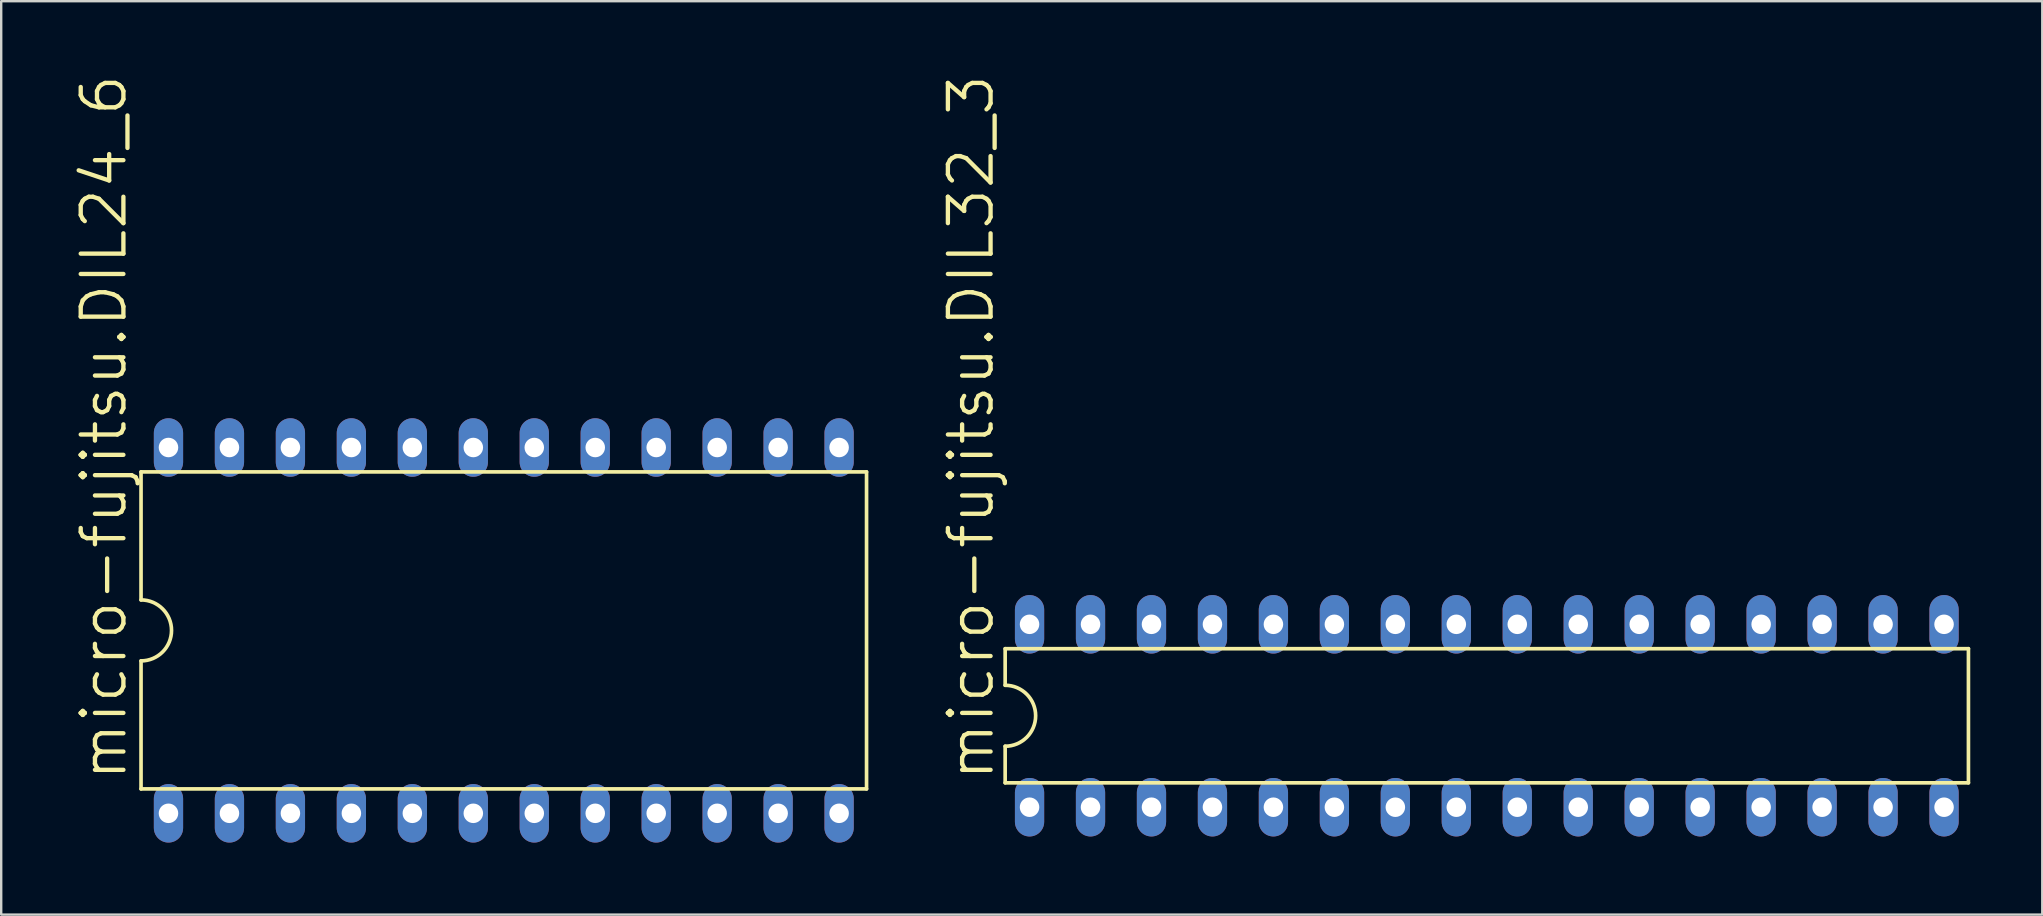
<source format=kicad_pcb>
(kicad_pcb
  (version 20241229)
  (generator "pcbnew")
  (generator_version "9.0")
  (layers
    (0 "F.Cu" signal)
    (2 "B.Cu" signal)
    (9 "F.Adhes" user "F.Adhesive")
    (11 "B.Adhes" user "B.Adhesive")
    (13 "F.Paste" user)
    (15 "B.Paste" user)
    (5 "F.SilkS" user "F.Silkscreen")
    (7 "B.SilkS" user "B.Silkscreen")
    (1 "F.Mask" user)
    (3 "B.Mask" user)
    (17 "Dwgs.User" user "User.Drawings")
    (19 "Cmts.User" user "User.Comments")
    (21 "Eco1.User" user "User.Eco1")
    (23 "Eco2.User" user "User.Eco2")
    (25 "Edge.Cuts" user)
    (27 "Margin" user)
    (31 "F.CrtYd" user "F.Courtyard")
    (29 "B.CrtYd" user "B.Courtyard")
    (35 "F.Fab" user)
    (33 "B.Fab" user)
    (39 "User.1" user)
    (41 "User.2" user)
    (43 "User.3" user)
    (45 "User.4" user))
  (footprint "micro-fujitsu.DIL32_3"
    (layer "F.Cu")
    (at 58.893 26.77)
    (property "Reference" "micro-fujitsu.DIL32_3" (at -20.447 2.794 90) (layer "F.SilkS") (effects (font (size 1.778 1.778) (thickness 0.18)) (justify left bottom)))
    (attr through_hole)
    (fp_line (start -20.066 -2.794) (end -20.066 -1.27) (stroke (width 0.152) (type default)) (layer "F.SilkS"))
    (fp_line (start -20.066 -2.794) (end 20.066 -2.794) (stroke (width 0.152) (type default)) (layer "F.SilkS"))
    (fp_line (start -20.066 1.27) (end -20.066 2.794) (stroke (width 0.152) (type default)) (layer "F.SilkS"))
    (fp_line (start -20.066 2.794) (end 20.066 2.794) (stroke (width 0.152) (type default)) (layer "F.SilkS"))
    (fp_line (start 20.066 2.794) (end 20.066 -2.794) (stroke (width 0.152) (type default)) (layer "F.SilkS"))
    (fp_arc (start -20.066 -1.27) (mid -18.796 0) (end -20.066 1.27) (stroke (width 0.1524) (type default)) (layer "F.SilkS"))
    (pad "1" thru_hole oval (at -19.05 3.81 90) (size 2.438 1.219) (drill 0.813) (layers "*.Cu" "*.Mask"))
    (pad "2" thru_hole oval (at -16.51 3.81 90) (size 2.438 1.219) (drill 0.813) (layers "*.Cu" "*.Mask"))
    (pad "3" thru_hole oval (at -13.97 3.81 90) (size 2.438 1.219) (drill 0.813) (layers "*.Cu" "*.Mask"))
    (pad "4" thru_hole oval (at -11.43 3.81 90) (size 2.438 1.219) (drill 0.813) (layers "*.Cu" "*.Mask"))
    (pad "5" thru_hole oval (at -8.89 3.81 90) (size 2.438 1.219) (drill 0.813) (layers "*.Cu" "*.Mask"))
    (pad "6" thru_hole oval (at -6.35 3.81 90) (size 2.438 1.219) (drill 0.813) (layers "*.Cu" "*.Mask"))
    (pad "7" thru_hole oval (at -3.81 3.81 90) (size 2.438 1.219) (drill 0.813) (layers "*.Cu" "*.Mask"))
    (pad "8" thru_hole oval (at -1.27 3.81 90) (size 2.438 1.219) (drill 0.813) (layers "*.Cu" "*.Mask"))
    (pad "9" thru_hole oval (at 1.27 3.81 90) (size 2.438 1.219) (drill 0.813) (layers "*.Cu" "*.Mask"))
    (pad "10" thru_hole oval (at 3.81 3.81 90) (size 2.438 1.219) (drill 0.813) (layers "*.Cu" "*.Mask"))
    (pad "11" thru_hole oval (at 6.35 3.81 90) (size 2.438 1.219) (drill 0.813) (layers "*.Cu" "*.Mask"))
    (pad "12" thru_hole oval (at 8.89 3.81 90) (size 2.438 1.219) (drill 0.813) (layers "*.Cu" "*.Mask"))
    (pad "13" thru_hole oval (at 11.43 3.81 90) (size 2.438 1.219) (drill 0.813) (layers "*.Cu" "*.Mask"))
    (pad "14" thru_hole oval (at 13.97 3.81 90) (size 2.438 1.219) (drill 0.813) (layers "*.Cu" "*.Mask"))
    (pad "15" thru_hole oval (at 16.51 3.81 90) (size 2.438 1.219) (drill 0.813) (layers "*.Cu" "*.Mask"))
    (pad "16" thru_hole oval (at 19.05 3.81 90) (size 2.438 1.219) (drill 0.813) (layers "*.Cu" "*.Mask"))
    (pad "17" thru_hole oval (at 19.05 -3.81 90) (size 2.438 1.219) (drill 0.813) (layers "*.Cu" "*.Mask"))
    (pad "18" thru_hole oval (at 16.51 -3.81 90) (size 2.438 1.219) (drill 0.813) (layers "*.Cu" "*.Mask"))
    (pad "19" thru_hole oval (at 13.97 -3.81 90) (size 2.438 1.219) (drill 0.813) (layers "*.Cu" "*.Mask"))
    (pad "20" thru_hole oval (at 11.43 -3.81 90) (size 2.438 1.219) (drill 0.813) (layers "*.Cu" "*.Mask"))
    (pad "21" thru_hole oval (at 8.89 -3.81 90) (size 2.438 1.219) (drill 0.813) (layers "*.Cu" "*.Mask"))
    (pad "22" thru_hole oval (at 6.35 -3.81 90) (size 2.438 1.219) (drill 0.813) (layers "*.Cu" "*.Mask"))
    (pad "23" thru_hole oval (at 3.81 -3.81 90) (size 2.438 1.219) (drill 0.813) (layers "*.Cu" "*.Mask"))
    (pad "24" thru_hole oval (at 1.27 -3.81 90) (size 2.438 1.219) (drill 0.813) (layers "*.Cu" "*.Mask"))
    (pad "25" thru_hole oval (at -1.27 -3.81 90) (size 2.438 1.219) (drill 0.813) (layers "*.Cu" "*.Mask"))
    (pad "26" thru_hole oval (at -3.81 -3.81 90) (size 2.438 1.219) (drill 0.813) (layers "*.Cu" "*.Mask"))
    (pad "27" thru_hole oval (at -6.35 -3.81 90) (size 2.438 1.219) (drill 0.813) (layers "*.Cu" "*.Mask"))
    (pad "28" thru_hole oval (at -8.89 -3.81 90) (size 2.438 1.219) (drill 0.813) (layers "*.Cu" "*.Mask"))
    (pad "29" thru_hole oval (at -11.43 -3.81 90) (size 2.438 1.219) (drill 0.813) (layers "*.Cu" "*.Mask"))
    (pad "30" thru_hole oval (at -13.97 -3.81 90) (size 2.438 1.219) (drill 0.813) (layers "*.Cu" "*.Mask"))
    (pad "31" thru_hole oval (at -16.51 -3.81 90) (size 2.438 1.219) (drill 0.813) (layers "*.Cu" "*.Mask"))
    (pad "32" thru_hole oval (at -19.05 -3.81 90) (size 2.438 1.219) (drill 0.813) (layers "*.Cu" "*.Mask")))
  (footprint "micro-fujitsu.DIL24_6"
    (layer "F.Cu")
    (at 17.939 23.214)
    (property "Reference" "micro-fujitsu.DIL24_6" (at -15.621 6.35 90) (layer "F.SilkS") (effects (font (size 1.778 1.778) (thickness 0.18)) (justify left bottom)))
    (attr through_hole)
    (fp_line (start -15.113 -6.604) (end -15.113 -1.27) (stroke (width 0.152) (type default)) (layer "F.SilkS"))
    (fp_line (start -15.113 -6.604) (end 15.113 -6.604) (stroke (width 0.152) (type default)) (layer "F.SilkS"))
    (fp_line (start -15.113 1.27) (end -15.113 6.604) (stroke (width 0.152) (type default)) (layer "F.SilkS"))
    (fp_line (start -15.113 6.604) (end 15.113 6.604) (stroke (width 0.152) (type default)) (layer "F.SilkS"))
    (fp_line (start 15.113 6.604) (end 15.113 -6.604) (stroke (width 0.152) (type default)) (layer "F.SilkS"))
    (fp_arc (start -15.113 -1.27) (mid -13.843 0) (end -15.113 1.27) (stroke (width 0.1524) (type default)) (layer "F.SilkS"))
    (pad "1" thru_hole oval (at -13.97 7.62 90) (size 2.438 1.219) (drill 0.813) (layers "*.Cu" "*.Mask"))
    (pad "2" thru_hole oval (at -11.43 7.62 90) (size 2.438 1.219) (drill 0.813) (layers "*.Cu" "*.Mask"))
    (pad "3" thru_hole oval (at -8.89 7.62 90) (size 2.438 1.219) (drill 0.813) (layers "*.Cu" "*.Mask"))
    (pad "4" thru_hole oval (at -6.35 7.62 90) (size 2.438 1.219) (drill 0.813) (layers "*.Cu" "*.Mask"))
    (pad "5" thru_hole oval (at -3.81 7.62 90) (size 2.438 1.219) (drill 0.813) (layers "*.Cu" "*.Mask"))
    (pad "6" thru_hole oval (at -1.27 7.62 90) (size 2.438 1.219) (drill 0.813) (layers "*.Cu" "*.Mask"))
    (pad "7" thru_hole oval (at 1.27 7.62 90) (size 2.438 1.219) (drill 0.813) (layers "*.Cu" "*.Mask"))
    (pad "8" thru_hole oval (at 3.81 7.62 90) (size 2.438 1.219) (drill 0.813) (layers "*.Cu" "*.Mask"))
    (pad "9" thru_hole oval (at 6.35 7.62 90) (size 2.438 1.219) (drill 0.813) (layers "*.Cu" "*.Mask"))
    (pad "10" thru_hole oval (at 8.89 7.62 90) (size 2.438 1.219) (drill 0.813) (layers "*.Cu" "*.Mask"))
    (pad "11" thru_hole oval (at 11.43 7.62 90) (size 2.438 1.219) (drill 0.813) (layers "*.Cu" "*.Mask"))
    (pad "12" thru_hole oval (at 13.97 7.62 90) (size 2.438 1.219) (drill 0.813) (layers "*.Cu" "*.Mask"))
    (pad "13" thru_hole oval (at 13.97 -7.62 90) (size 2.438 1.219) (drill 0.813) (layers "*.Cu" "*.Mask"))
    (pad "14" thru_hole oval (at 11.43 -7.62 90) (size 2.438 1.219) (drill 0.813) (layers "*.Cu" "*.Mask"))
    (pad "15" thru_hole oval (at 8.89 -7.62 90) (size 2.438 1.219) (drill 0.813) (layers "*.Cu" "*.Mask"))
    (pad "16" thru_hole oval (at 6.35 -7.62 90) (size 2.438 1.219) (drill 0.813) (layers "*.Cu" "*.Mask"))
    (pad "17" thru_hole oval (at 3.81 -7.62 90) (size 2.438 1.219) (drill 0.813) (layers "*.Cu" "*.Mask"))
    (pad "18" thru_hole oval (at 1.27 -7.62 90) (size 2.438 1.219) (drill 0.813) (layers "*.Cu" "*.Mask"))
    (pad "19" thru_hole oval (at -1.27 -7.62 90) (size 2.438 1.219) (drill 0.813) (layers "*.Cu" "*.Mask"))
    (pad "20" thru_hole oval (at -3.81 -7.62 90) (size 2.438 1.219) (drill 0.813) (layers "*.Cu" "*.Mask"))
    (pad "21" thru_hole oval (at -6.35 -7.62 90) (size 2.438 1.219) (drill 0.813) (layers "*.Cu" "*.Mask"))
    (pad "22" thru_hole oval (at -8.89 -7.62 90) (size 2.438 1.219) (drill 0.813) (layers "*.Cu" "*.Mask"))
    (pad "23" thru_hole oval (at -11.43 -7.62 90) (size 2.438 1.219) (drill 0.813) (layers "*.Cu" "*.Mask"))
    (pad "24" thru_hole oval (at -13.97 -7.62 90) (size 2.438 1.219) (drill 0.813) (layers "*.Cu" "*.Mask")))
  (gr_rect
    (start -3 -3)
    (end 82.035 35.053)
    (stroke (width 0.1) (type default))
    (fill no)
    (layer "Edge.Cuts")))
</source>
